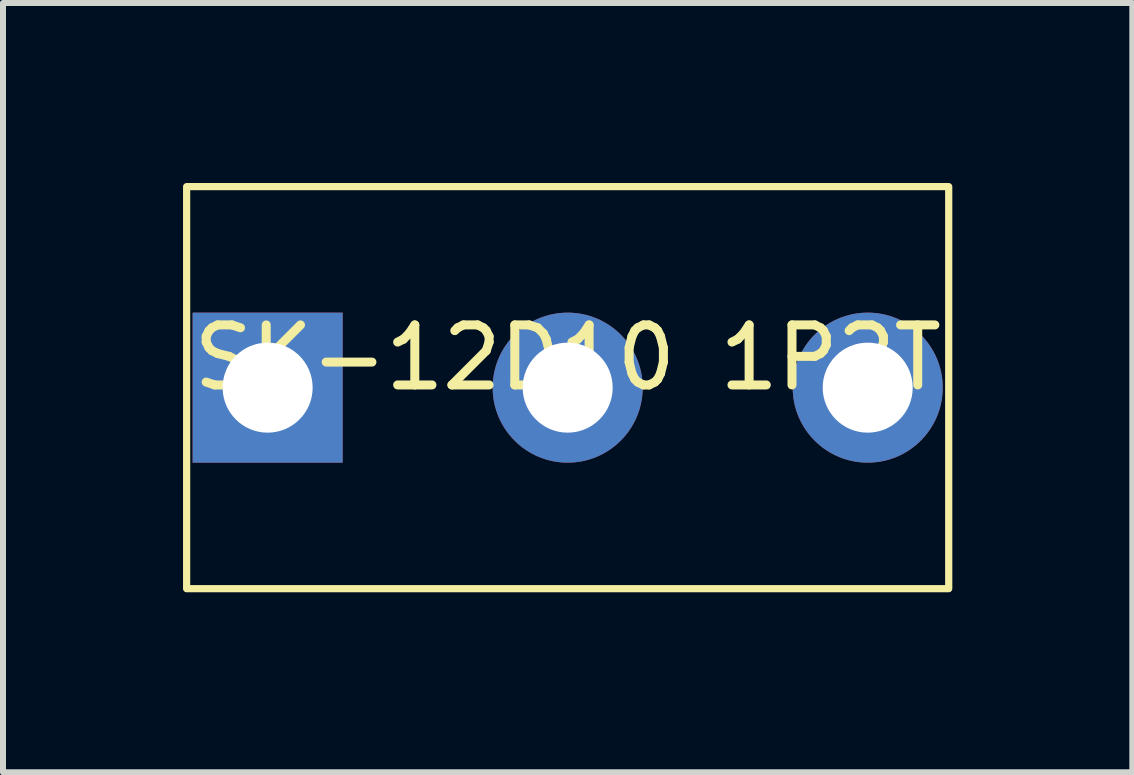
<source format=kicad_pcb>
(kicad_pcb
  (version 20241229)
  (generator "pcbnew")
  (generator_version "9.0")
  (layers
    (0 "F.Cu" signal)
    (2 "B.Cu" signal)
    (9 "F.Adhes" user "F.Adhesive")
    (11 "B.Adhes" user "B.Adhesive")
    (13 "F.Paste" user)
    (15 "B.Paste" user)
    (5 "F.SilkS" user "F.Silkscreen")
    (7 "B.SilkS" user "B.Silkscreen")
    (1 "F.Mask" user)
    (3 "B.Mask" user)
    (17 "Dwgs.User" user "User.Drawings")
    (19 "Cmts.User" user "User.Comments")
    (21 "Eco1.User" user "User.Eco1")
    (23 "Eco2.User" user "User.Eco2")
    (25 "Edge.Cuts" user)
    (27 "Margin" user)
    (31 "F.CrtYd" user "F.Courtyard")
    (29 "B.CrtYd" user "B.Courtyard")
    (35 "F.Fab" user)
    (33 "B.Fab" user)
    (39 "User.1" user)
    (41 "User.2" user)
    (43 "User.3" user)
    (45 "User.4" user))
  (footprint "SK-12D10 1P2T"
    (layer "F.Cu")
    (at 6.41 3.41)
    (property "Reference" "SK-12D10 1P2T" (at 0 -0.5 0) (unlocked yes) (layer "F.SilkS") (effects (font (size 1 1) (thickness 0.15))))
    (attr through_hole)
    (fp_rect (start -6.35 -3.35) (end 6.35 3.35) (stroke (width 0.12) (type solid)) (fill no) (layer "F.SilkS"))
    (pad "1" thru_hole rect (at -5 0) (size 2.5 2.5) (drill 1.5) (layers "*.Cu" "*.Mask"))
    (pad "2" thru_hole circle (at 0 0) (size 2.5 2.5) (drill 1.5) (layers "*.Cu" "*.Mask"))
    (pad "3" thru_hole circle (at 5 0) (size 2.5 2.5) (drill 1.5) (layers "*.Cu" "*.Mask")))
  (gr_rect
    (start -3 -3)
    (end 15.82 9.82)
    (stroke (width 0.1) (type default))
    (fill no)
    (layer "Edge.Cuts")))
</source>
